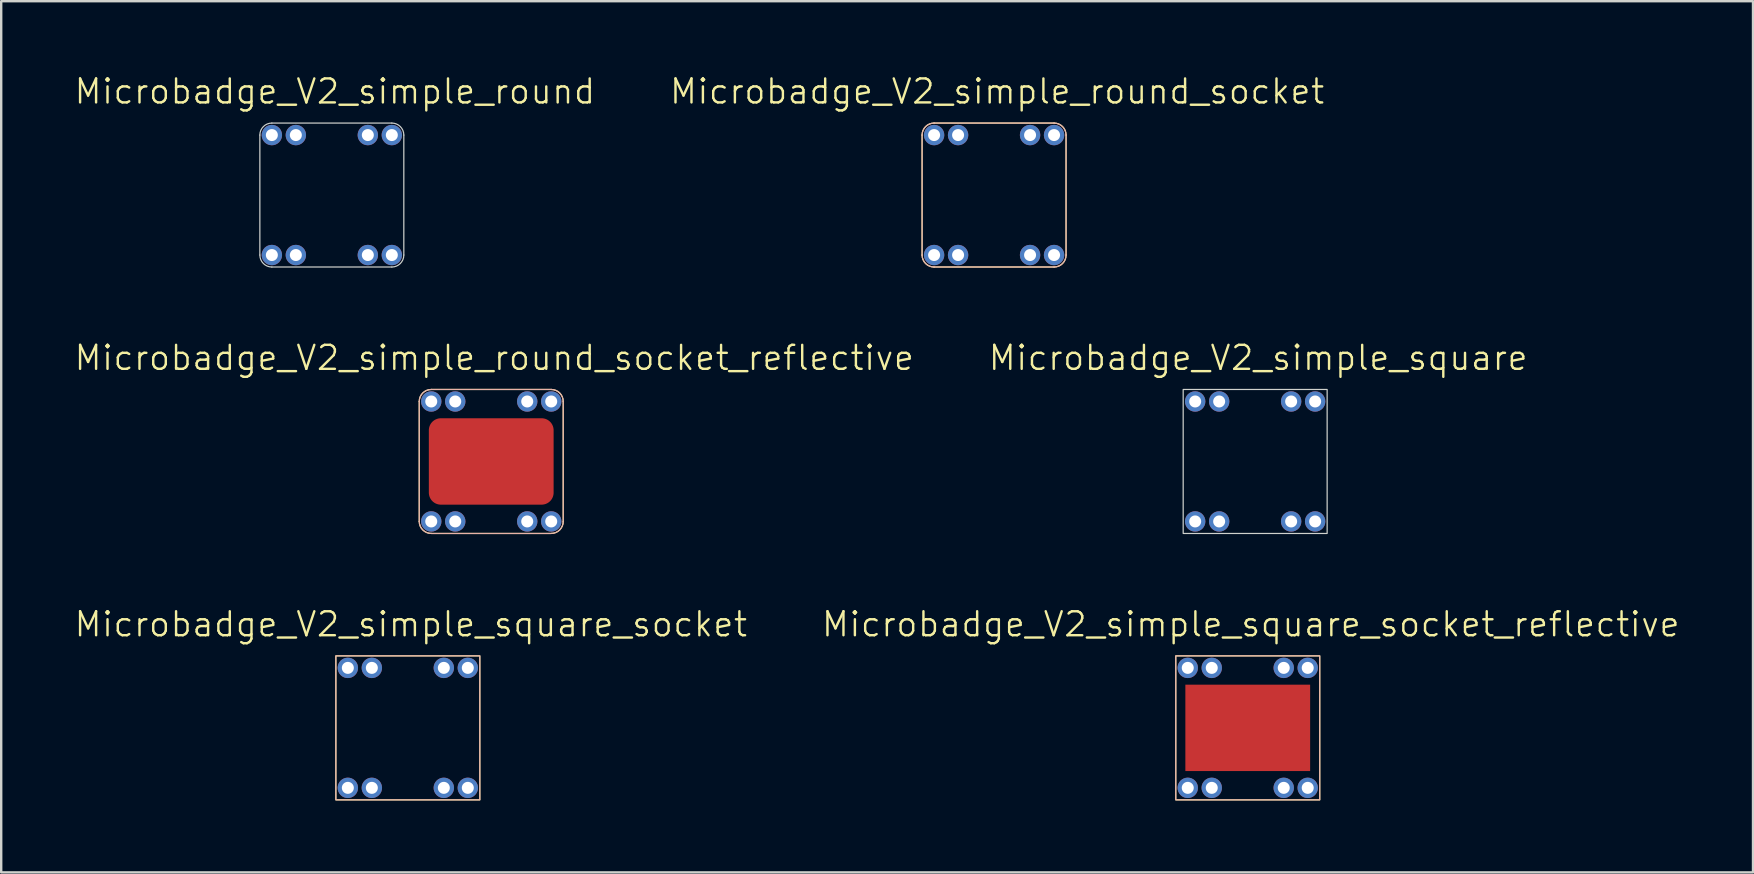
<source format=kicad_pcb>
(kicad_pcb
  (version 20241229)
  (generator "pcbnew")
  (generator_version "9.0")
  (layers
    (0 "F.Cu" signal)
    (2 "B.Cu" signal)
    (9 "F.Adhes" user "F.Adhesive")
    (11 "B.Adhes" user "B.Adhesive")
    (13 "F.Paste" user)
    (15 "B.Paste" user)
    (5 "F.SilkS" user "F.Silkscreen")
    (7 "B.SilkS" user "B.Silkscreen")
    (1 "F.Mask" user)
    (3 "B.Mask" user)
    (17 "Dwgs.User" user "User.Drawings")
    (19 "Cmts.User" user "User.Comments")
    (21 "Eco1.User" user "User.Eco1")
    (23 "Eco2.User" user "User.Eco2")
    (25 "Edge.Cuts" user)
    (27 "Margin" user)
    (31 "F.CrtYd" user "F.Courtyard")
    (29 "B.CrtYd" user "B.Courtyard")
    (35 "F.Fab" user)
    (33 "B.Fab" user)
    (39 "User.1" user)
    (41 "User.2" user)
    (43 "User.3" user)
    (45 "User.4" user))
  (footprint "Microbadge_V2_simple_round"
    (layer "F.Cu")
    (at 10.78 5.079)
    (property "Reference" "Microbadge_V2_simple_round" (at 0.127 -4.318 0) (unlocked yes) (layer "F.SilkS") (effects (font (size 1 1) (thickness 0.1))))
    (attr smd)
    (fp_line (start -3 2.5) (end -3 -2.5) (stroke (width 0.05) (type default)) (layer "Edge.Cuts"))
    (fp_line (start -2.5 -3) (end 2.5 -3) (stroke (width 0.05) (type default)) (layer "Edge.Cuts"))
    (fp_line (start 2.5 3) (end -2.5 3) (stroke (width 0.05) (type default)) (layer "Edge.Cuts"))
    (fp_line (start 3 -2.5) (end 3 2.5) (stroke (width 0.05) (type default)) (layer "Edge.Cuts"))
    (fp_arc (start -3 -2.5) (mid -2.853553 -2.853553) (end -2.5 -3) (stroke (width 0.05) (type default)) (layer "Edge.Cuts"))
    (fp_arc (start -2.5 3) (mid -2.853553 2.853553) (end -3 2.5) (stroke (width 0.05) (type default)) (layer "Edge.Cuts"))
    (fp_arc (start 2.5 -3) (mid 2.853553 -2.853553) (end 3 -2.5) (stroke (width 0.05) (type default)) (layer "Edge.Cuts"))
    (fp_arc (start 3 2.5) (mid 2.853553 2.853553) (end 2.5 3) (stroke (width 0.05) (type default)) (layer "Edge.Cuts"))
    (fp_line (start -3 2.5) (end -3 -2.5) (stroke (width 0.025) (type default)) (layer "Margin"))
    (fp_line (start -2.5 -3) (end 2.5 -3) (stroke (width 0.025) (type default)) (layer "Margin"))
    (fp_line (start 2.5 3) (end -2.5 3) (stroke (width 0.025) (type default)) (layer "Margin"))
    (fp_line (start 3 -2.5) (end 3 2.5) (stroke (width 0.025) (type default)) (layer "Margin"))
    (fp_arc (start -3 -2.5) (mid -2.853553 -2.853553) (end -2.5 -3) (stroke (width 0.025) (type default)) (layer "Margin"))
    (fp_arc (start -2.5 3) (mid -2.853553 2.853553) (end -3 2.5) (stroke (width 0.025) (type default)) (layer "Margin"))
    (fp_arc (start 2.5 -3) (mid 2.853553 -2.853553) (end 3 -2.5) (stroke (width 0.025) (type default)) (layer "Margin"))
    (fp_arc (start 3 2.5) (mid 2.853553 2.853553) (end 2.5 3) (stroke (width 0.025) (type default)) (layer "Margin"))
    (pad "1" thru_hole circle (at -2.5 -2.5 90) (size 0.85 0.85) (drill 0.5) (layers "*.Cu" "*.Mask"))
    (pad "2" thru_hole circle (at -1.5 -2.5 90) (size 0.85 0.85) (drill 0.5) (layers "*.Cu" "*.Mask"))
    (pad "5" thru_hole circle (at 1.5 -2.5 90) (size 0.85 0.85) (drill 0.5) (layers "*.Cu" "*.Mask"))
    (pad "6" thru_hole circle (at 2.5 -2.5 90) (size 0.85 0.85) (drill 0.5) (layers "*.Cu" "*.Mask"))
    (pad "7" thru_hole circle (at -2.5 2.5 90) (size 0.85 0.85) (drill 0.5) (layers "*.Cu" "*.Mask"))
    (pad "8" thru_hole circle (at -1.5 2.5 90) (size 0.85 0.85) (drill 0.5) (layers "*.Cu" "*.Mask"))
    (pad "11" thru_hole circle (at 1.5 2.5 90) (size 0.85 0.85) (drill 0.5) (layers "*.Cu" "*.Mask"))
    (pad "12" thru_hole circle (at 2.5 2.5 90) (size 0.85 0.85) (drill 0.5) (layers "*.Cu" "*.Mask")))
  (footprint "Microbadge_V2_simple_round_socket_reflective"
    (layer "F.Cu")
    (at 17.423 16.182)
    (property "Reference" "Microbadge_V2_simple_round_socket_reflective" (at 0.127 -4.318 0) (unlocked yes) (layer "F.SilkS") (effects (font (size 1 1) (thickness 0.1))))
    (attr smd)
    (fp_poly (pts (arc (start -2.6 1.3) (mid -2.453553 1.653553) (end -2.1 1.8)) (arc (start 2.1 1.8) (mid 2.453553 1.653553) (end 2.6 1.3)) (arc (start 2.6 -1.3) (mid 2.453553 -1.653553) (end 2.1 -1.8)) (arc (start -2.1 -1.8) (mid -2.453553 -1.653553) (end -2.6 -1.3))) (stroke (width 0) (type solid)) (fill yes) (layer "F.Cu"))
    (fp_poly (pts (arc (start -2.6 1.3) (mid -2.453553 1.653553) (end -2.1 1.8)) (arc (start 2.1 1.8) (mid 2.453553 1.653553) (end 2.6 1.3)) (arc (start 2.6 -1.3) (mid 2.453553 -1.653553) (end 2.1 -1.8)) (arc (start -2.1 -1.8) (mid -2.453553 -1.653553) (end -2.6 -1.3))) (stroke (width 0) (type solid)) (fill yes) (layer "F.Mask"))
    (fp_line (start -3 2.5) (end -3 -2.5) (stroke (width 0.05) (type default)) (layer "F.SilkS"))
    (fp_line (start -2.5 -3) (end 2.5 -3) (stroke (width 0.05) (type default)) (layer "F.SilkS"))
    (fp_line (start 2.5 3) (end -2.5 3) (stroke (width 0.05) (type default)) (layer "F.SilkS"))
    (fp_line (start 3 -2.5) (end 3 2.5) (stroke (width 0.05) (type default)) (layer "F.SilkS"))
    (fp_arc (start -3 -2.5) (mid -2.853553 -2.853553) (end -2.5 -3) (stroke (width 0.05) (type default)) (layer "F.SilkS"))
    (fp_arc (start -2.5 3) (mid -2.853553 2.853553) (end -3 2.5) (stroke (width 0.05) (type default)) (layer "F.SilkS"))
    (fp_arc (start 2.5 -3) (mid 2.853553 -2.853553) (end 3 -2.5) (stroke (width 0.05) (type default)) (layer "F.SilkS"))
    (fp_arc (start 3 2.5) (mid 2.853553 2.853553) (end 2.5 3) (stroke (width 0.05) (type default)) (layer "F.SilkS"))
    (fp_line (start -3 2.5) (end -3 -2.5) (stroke (width 0.05) (type default)) (layer "B.SilkS"))
    (fp_line (start -2.5 -3) (end 2.5 -3) (stroke (width 0.05) (type default)) (layer "B.SilkS"))
    (fp_line (start 2.5 3) (end -2.5 3) (stroke (width 0.05) (type default)) (layer "B.SilkS"))
    (fp_line (start 3 -2.5) (end 3 2.5) (stroke (width 0.05) (type default)) (layer "B.SilkS"))
    (fp_arc (start -3.000001 -2.500001) (mid -2.853554 -2.853554) (end -2.500001 -3.000001) (stroke (width 0.05) (type default)) (layer "B.SilkS"))
    (fp_arc (start -2.500001 2.999999) (mid -2.853554 2.853552) (end -3.000001 2.499999) (stroke (width 0.05) (type default)) (layer "B.SilkS"))
    (fp_arc (start 2.499999 -3.000001) (mid 2.853552 -2.853554) (end 2.999999 -2.500001) (stroke (width 0.05) (type default)) (layer "B.SilkS"))
    (fp_arc (start 2.999999 2.499999) (mid 2.853552 2.853552) (end 2.499999 2.999999) (stroke (width 0.05) (type default)) (layer "B.SilkS"))
    (fp_line (start -3 2.5) (end -3 -2.5) (stroke (width 0.025) (type default)) (layer "Margin"))
    (fp_line (start -2.5 -3) (end 2.5 -3) (stroke (width 0.025) (type default)) (layer "Margin"))
    (fp_line (start 2.5 3) (end -2.5 3) (stroke (width 0.025) (type default)) (layer "Margin"))
    (fp_line (start 3 -2.5) (end 3 2.5) (stroke (width 0.025) (type default)) (layer "Margin"))
    (fp_arc (start -3 -2.5) (mid -2.853553 -2.853553) (end -2.5 -3) (stroke (width 0.025) (type default)) (layer "Margin"))
    (fp_arc (start -2.5 3) (mid -2.853553 2.853553) (end -3 2.5) (stroke (width 0.025) (type default)) (layer "Margin"))
    (fp_arc (start 2.5 -3) (mid 2.853553 -2.853553) (end 3 -2.5) (stroke (width 0.025) (type default)) (layer "Margin"))
    (fp_arc (start 3 2.5) (mid 2.853553 2.853553) (end 2.5 3) (stroke (width 0.025) (type default)) (layer "Margin"))
    (pad "1" thru_hole circle (at -2.5 -2.5 90) (size 0.85 0.85) (drill 0.5) (layers "*.Cu" "*.Mask"))
    (pad "2" thru_hole circle (at -1.5 -2.5 90) (size 0.85 0.85) (drill 0.5) (layers "*.Cu" "*.Mask"))
    (pad "5" thru_hole circle (at 1.5 -2.5 90) (size 0.85 0.85) (drill 0.5) (layers "*.Cu" "*.Mask"))
    (pad "6" thru_hole circle (at 2.5 -2.5 90) (size 0.85 0.85) (drill 0.5) (layers "*.Cu" "*.Mask"))
    (pad "7" thru_hole circle (at -2.5 2.5 90) (size 0.85 0.85) (drill 0.5) (layers "*.Cu" "*.Mask"))
    (pad "8" thru_hole circle (at -1.5 2.5 90) (size 0.85 0.85) (drill 0.5) (layers "*.Cu" "*.Mask"))
    (pad "11" thru_hole circle (at 1.5 2.5 90) (size 0.85 0.85) (drill 0.5) (layers "*.Cu" "*.Mask"))
    (pad "12" thru_hole circle (at 2.5 2.5 90) (size 0.85 0.85) (drill 0.5) (layers "*.Cu" "*.Mask")))
  (footprint "Microbadge_V2_simple_round_socket"
    (layer "F.Cu")
    (at 38.38 5.079)
    (property "Reference" "Microbadge_V2_simple_round_socket" (at 0.127 -4.318 0) (unlocked yes) (layer "F.SilkS") (effects (font (size 1 1) (thickness 0.1))))
    (attr smd)
    (fp_line (start -3 2.5) (end -3 -2.5) (stroke (width 0.05) (type default)) (layer "F.SilkS"))
    (fp_line (start -2.5 -3) (end 2.5 -3) (stroke (width 0.05) (type default)) (layer "F.SilkS"))
    (fp_line (start 2.5 3) (end -2.5 3) (stroke (width 0.05) (type default)) (layer "F.SilkS"))
    (fp_line (start 3 -2.5) (end 3 2.5) (stroke (width 0.05) (type default)) (layer "F.SilkS"))
    (fp_arc (start -3 -2.5) (mid -2.853553 -2.853553) (end -2.5 -3) (stroke (width 0.05) (type default)) (layer "F.SilkS"))
    (fp_arc (start -2.5 3) (mid -2.853553 2.853553) (end -3 2.5) (stroke (width 0.05) (type default)) (layer "F.SilkS"))
    (fp_arc (start 2.5 -3) (mid 2.853553 -2.853553) (end 3 -2.5) (stroke (width 0.05) (type default)) (layer "F.SilkS"))
    (fp_arc (start 3 2.5) (mid 2.853553 2.853553) (end 2.5 3) (stroke (width 0.05) (type default)) (layer "F.SilkS"))
    (fp_line (start -3 2.5) (end -3 -2.5) (stroke (width 0.05) (type default)) (layer "B.SilkS"))
    (fp_line (start -2.5 -3) (end 2.5 -3) (stroke (width 0.05) (type default)) (layer "B.SilkS"))
    (fp_line (start 2.5 3) (end -2.5 3) (stroke (width 0.05) (type default)) (layer "B.SilkS"))
    (fp_line (start 3 -2.5) (end 3 2.5) (stroke (width 0.05) (type default)) (layer "B.SilkS"))
    (fp_arc (start -3.000001 -2.500001) (mid -2.853554 -2.853554) (end -2.500001 -3.000001) (stroke (width 0.05) (type default)) (layer "B.SilkS"))
    (fp_arc (start -2.500001 2.999999) (mid -2.853554 2.853552) (end -3.000001 2.499999) (stroke (width 0.05) (type default)) (layer "B.SilkS"))
    (fp_arc (start 2.499999 -3.000001) (mid 2.853552 -2.853554) (end 2.999999 -2.500001) (stroke (width 0.05) (type default)) (layer "B.SilkS"))
    (fp_arc (start 2.999999 2.499999) (mid 2.853552 2.853552) (end 2.499999 2.999999) (stroke (width 0.05) (type default)) (layer "B.SilkS"))
    (fp_line (start -3 2.5) (end -3 -2.5) (stroke (width 0.025) (type default)) (layer "Margin"))
    (fp_line (start -2.5 -3) (end 2.5 -3) (stroke (width 0.025) (type default)) (layer "Margin"))
    (fp_line (start 2.5 3) (end -2.5 3) (stroke (width 0.025) (type default)) (layer "Margin"))
    (fp_line (start 3 -2.5) (end 3 2.5) (stroke (width 0.025) (type default)) (layer "Margin"))
    (fp_arc (start -3 -2.5) (mid -2.853553 -2.853553) (end -2.5 -3) (stroke (width 0.025) (type default)) (layer "Margin"))
    (fp_arc (start -2.5 3) (mid -2.853553 2.853553) (end -3 2.5) (stroke (width 0.025) (type default)) (layer "Margin"))
    (fp_arc (start 2.5 -3) (mid 2.853553 -2.853553) (end 3 -2.5) (stroke (width 0.025) (type default)) (layer "Margin"))
    (fp_arc (start 3 2.5) (mid 2.853553 2.853553) (end 2.5 3) (stroke (width 0.025) (type default)) (layer "Margin"))
    (pad "1" thru_hole circle (at -2.5 -2.5 90) (size 0.85 0.85) (drill 0.5) (layers "*.Cu" "*.Mask"))
    (pad "2" thru_hole circle (at -1.5 -2.5 90) (size 0.85 0.85) (drill 0.5) (layers "*.Cu" "*.Mask"))
    (pad "5" thru_hole circle (at 1.5 -2.5 90) (size 0.85 0.85) (drill 0.5) (layers "*.Cu" "*.Mask"))
    (pad "6" thru_hole circle (at 2.5 -2.5 90) (size 0.85 0.85) (drill 0.5) (layers "*.Cu" "*.Mask"))
    (pad "7" thru_hole circle (at -2.5 2.5 90) (size 0.85 0.85) (drill 0.5) (layers "*.Cu" "*.Mask"))
    (pad "8" thru_hole circle (at -1.5 2.5 90) (size 0.85 0.85) (drill 0.5) (layers "*.Cu" "*.Mask"))
    (pad "11" thru_hole circle (at 1.5 2.5 90) (size 0.85 0.85) (drill 0.5) (layers "*.Cu" "*.Mask"))
    (pad "12" thru_hole circle (at 2.5 2.5 90) (size 0.85 0.85) (drill 0.5) (layers "*.Cu" "*.Mask")))
  (footprint "Microbadge_V2_simple_square_socket_reflective"
    (layer "F.Cu")
    (at 48.952 27.285)
    (property "Reference" "Microbadge_V2_simple_square_socket_reflective" (at 0.127 -4.318 0) (unlocked yes) (layer "F.SilkS") (effects (font (size 1 1) (thickness 0.1))))
    (attr smd)
    (fp_rect (start -2.6 -1.8) (end 2.6 1.8) (stroke (width 0) (type default)) (fill yes) (layer "F.Cu"))
    (fp_rect (start -2.6 -1.8) (end 2.6 1.8) (stroke (width 0) (type default)) (fill yes) (layer "F.Mask"))
    (fp_rect (start -3 -3) (end 3 3) (stroke (width 0.05) (type default)) (fill no) (layer "F.SilkS"))
    (fp_rect (start -3 -3) (end 3 3) (stroke (width 0.05) (type default)) (fill no) (layer "B.SilkS"))
    (pad "1" thru_hole circle (at -2.5 -2.5 90) (size 0.85 0.85) (drill 0.5) (layers "*.Cu" "*.Mask"))
    (pad "2" thru_hole circle (at -1.5 -2.5 90) (size 0.85 0.85) (drill 0.5) (layers "*.Cu" "*.Mask"))
    (pad "5" thru_hole circle (at 1.5 -2.5 90) (size 0.85 0.85) (drill 0.5) (layers "*.Cu" "*.Mask"))
    (pad "6" thru_hole circle (at 2.5 -2.5 90) (size 0.85 0.85) (drill 0.5) (layers "*.Cu" "*.Mask"))
    (pad "7" thru_hole circle (at -2.5 2.5 90) (size 0.85 0.85) (drill 0.5) (layers "*.Cu" "*.Mask"))
    (pad "8" thru_hole circle (at -1.5 2.5 90) (size 0.85 0.85) (drill 0.5) (layers "*.Cu" "*.Mask"))
    (pad "11" thru_hole circle (at 1.5 2.5 90) (size 0.85 0.85) (drill 0.5) (layers "*.Cu" "*.Mask"))
    (pad "12" thru_hole circle (at 2.5 2.5 90) (size 0.85 0.85) (drill 0.5) (layers "*.Cu" "*.Mask")))
  (footprint "Microbadge_V2_simple_square"
    (layer "F.Cu")
    (at 49.261 16.182)
    (property "Reference" "Microbadge_V2_simple_square" (at 0.127 -4.318 0) (unlocked yes) (layer "F.SilkS") (effects (font (size 1 1) (thickness 0.1))))
    (attr smd)
    (fp_rect (start -3 -3) (end 3 3) (stroke (width 0.05) (type default)) (fill no) (layer "Edge.Cuts"))
    (fp_rect (start -3 -3) (end 3 3) (stroke (width 0.025) (type default)) (fill no) (layer "Margin"))
    (pad "1" thru_hole circle (at -2.5 -2.5 90) (size 0.85 0.85) (drill 0.5) (layers "*.Cu" "*.Mask"))
    (pad "2" thru_hole circle (at -1.5 -2.5 90) (size 0.85 0.85) (drill 0.5) (layers "*.Cu" "*.Mask"))
    (pad "5" thru_hole circle (at 1.5 -2.5 90) (size 0.85 0.85) (drill 0.5) (layers "*.Cu" "*.Mask"))
    (pad "6" thru_hole circle (at 2.5 -2.5 90) (size 0.85 0.85) (drill 0.5) (layers "*.Cu" "*.Mask"))
    (pad "7" thru_hole circle (at -2.5 2.5 90) (size 0.85 0.85) (drill 0.5) (layers "*.Cu" "*.Mask"))
    (pad "8" thru_hole circle (at -1.5 2.5 90) (size 0.85 0.85) (drill 0.5) (layers "*.Cu" "*.Mask"))
    (pad "11" thru_hole circle (at 1.5 2.5 90) (size 0.85 0.85) (drill 0.5) (layers "*.Cu" "*.Mask"))
    (pad "12" thru_hole circle (at 2.5 2.5 90) (size 0.85 0.85) (drill 0.5) (layers "*.Cu" "*.Mask")))
  (footprint "Microbadge_V2_simple_square_socket"
    (layer "F.Cu")
    (at 13.947 27.285)
    (property "Reference" "Microbadge_V2_simple_square_socket" (at 0.127 -4.318 0) (unlocked yes) (layer "F.SilkS") (effects (font (size 1 1) (thickness 0.1))))
    (attr smd)
    (fp_rect (start -3 -3) (end 3 3) (stroke (width 0.05) (type default)) (fill no) (layer "F.SilkS"))
    (fp_rect (start -3 -3) (end 3 3) (stroke (width 0.05) (type default)) (fill no) (layer "B.SilkS"))
    (pad "1" thru_hole circle (at -2.5 -2.5 90) (size 0.85 0.85) (drill 0.5) (layers "*.Cu" "*.Mask"))
    (pad "2" thru_hole circle (at -1.5 -2.5 90) (size 0.85 0.85) (drill 0.5) (layers "*.Cu" "*.Mask"))
    (pad "5" thru_hole circle (at 1.5 -2.5 90) (size 0.85 0.85) (drill 0.5) (layers "*.Cu" "*.Mask"))
    (pad "6" thru_hole circle (at 2.5 -2.5 90) (size 0.85 0.85) (drill 0.5) (layers "*.Cu" "*.Mask"))
    (pad "7" thru_hole circle (at -2.5 2.5 90) (size 0.85 0.85) (drill 0.5) (layers "*.Cu" "*.Mask"))
    (pad "8" thru_hole circle (at -1.5 2.5 90) (size 0.85 0.85) (drill 0.5) (layers "*.Cu" "*.Mask"))
    (pad "11" thru_hole circle (at 1.5 2.5 90) (size 0.85 0.85) (drill 0.5) (layers "*.Cu" "*.Mask"))
    (pad "12" thru_hole circle (at 2.5 2.5 90) (size 0.85 0.85) (drill 0.5) (layers "*.Cu" "*.Mask")))
  (gr_rect
    (start -3 -3)
    (end 70.01 33.31)
    (stroke (width 0.1) (type default))
    (fill no)
    (layer "Edge.Cuts")))
</source>
